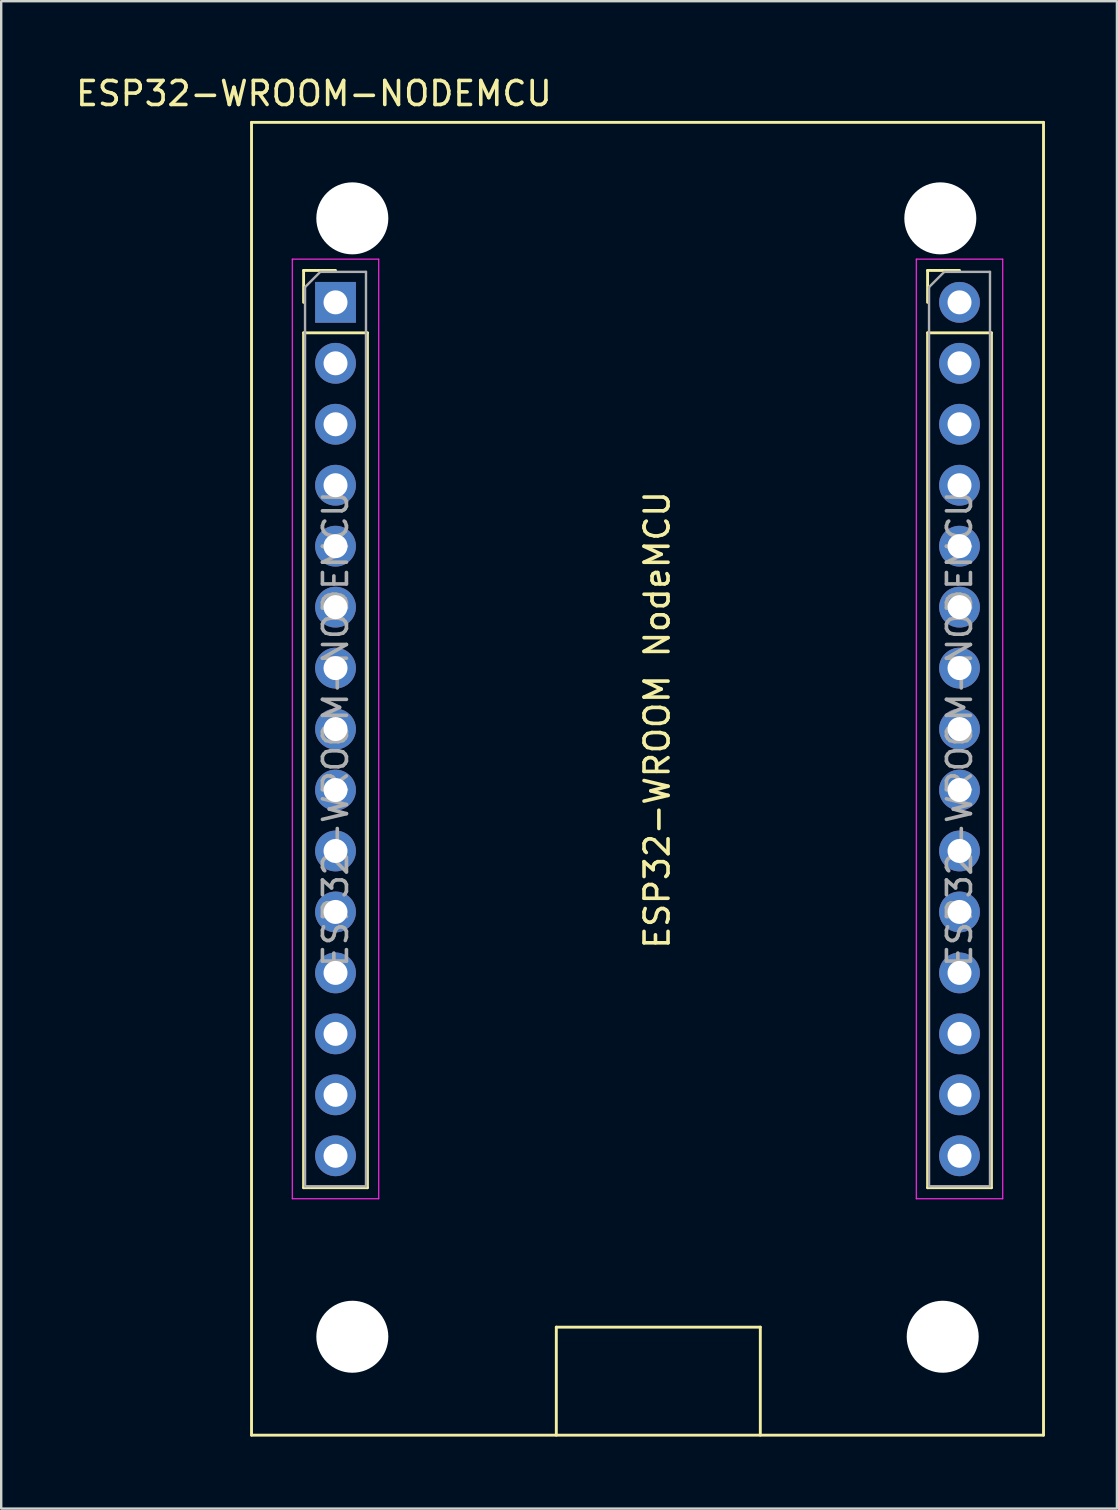
<source format=kicad_pcb>
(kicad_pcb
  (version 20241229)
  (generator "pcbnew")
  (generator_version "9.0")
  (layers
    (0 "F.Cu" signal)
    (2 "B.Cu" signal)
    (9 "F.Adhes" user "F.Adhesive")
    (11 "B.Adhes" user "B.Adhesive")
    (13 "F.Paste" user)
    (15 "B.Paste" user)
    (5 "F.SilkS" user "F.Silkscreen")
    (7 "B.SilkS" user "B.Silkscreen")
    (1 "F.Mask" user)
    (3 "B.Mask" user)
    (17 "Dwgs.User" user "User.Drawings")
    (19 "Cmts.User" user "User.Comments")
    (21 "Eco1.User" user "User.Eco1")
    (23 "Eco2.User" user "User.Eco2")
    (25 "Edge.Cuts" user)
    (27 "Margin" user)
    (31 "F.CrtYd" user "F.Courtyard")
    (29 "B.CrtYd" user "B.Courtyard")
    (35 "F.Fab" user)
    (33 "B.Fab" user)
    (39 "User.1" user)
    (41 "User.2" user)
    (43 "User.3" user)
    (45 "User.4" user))
  (footprint "ESP32-WROOM-NODEMCU"
    (layer "F.Cu")
    (at 10.93 9.548)
    (property "Reference" "ESP32-WROOM-NODEMCU" (at -0.9 -8.7 0) (layer "F.SilkS") (effects (font (size 1 1) (thickness 0.15))))
    (attr through_hole)
    (fp_line (start -3.5 -7.5) (end -3.5 47.2) (stroke (width 0.12) (type solid)) (layer "F.SilkS"))
    (fp_line (start -3.5 -7.5) (end 29.5 -7.5) (stroke (width 0.12) (type solid)) (layer "F.SilkS"))
    (fp_line (start -1.33 -1.33) (end 0 -1.33) (stroke (width 0.12) (type solid)) (layer "F.SilkS"))
    (fp_line (start -1.33 0) (end -1.33 -1.33) (stroke (width 0.12) (type solid)) (layer "F.SilkS"))
    (fp_line (start -1.33 1.27) (end -1.33 36.89) (stroke (width 0.12) (type solid)) (layer "F.SilkS"))
    (fp_line (start -1.33 1.27) (end 1.33 1.27) (stroke (width 0.12) (type solid)) (layer "F.SilkS"))
    (fp_line (start -1.33 36.89) (end 1.33 36.89) (stroke (width 0.12) (type solid)) (layer "F.SilkS"))
    (fp_line (start 1.33 1.27) (end 1.33 36.89) (stroke (width 0.12) (type solid)) (layer "F.SilkS"))
    (fp_line (start 9.2 42.7) (end 17.7 42.7) (stroke (width 0.12) (type solid)) (layer "F.SilkS"))
    (fp_line (start 9.2 47.2) (end 9.2 42.7) (stroke (width 0.12) (type solid)) (layer "F.SilkS"))
    (fp_line (start 17.7 42.7) (end 17.7 47.2) (stroke (width 0.12) (type solid)) (layer "F.SilkS"))
    (fp_line (start 24.67 -1.33) (end 26 -1.33) (stroke (width 0.12) (type solid)) (layer "F.SilkS"))
    (fp_line (start 24.67 0) (end 24.67 -1.33) (stroke (width 0.12) (type solid)) (layer "F.SilkS"))
    (fp_line (start 24.67 1.27) (end 24.67 36.89) (stroke (width 0.12) (type solid)) (layer "F.SilkS"))
    (fp_line (start 24.67 1.27) (end 27.33 1.27) (stroke (width 0.12) (type solid)) (layer "F.SilkS"))
    (fp_line (start 24.67 36.89) (end 27.33 36.89) (stroke (width 0.12) (type solid)) (layer "F.SilkS"))
    (fp_line (start 27.33 1.27) (end 27.33 36.89) (stroke (width 0.12) (type solid)) (layer "F.SilkS"))
    (fp_line (start 29.5 -7.5) (end 29.5 47.2) (stroke (width 0.12) (type solid)) (layer "F.SilkS"))
    (fp_line (start 29.5 47.2) (end -3.5 47.2) (stroke (width 0.12) (type solid)) (layer "F.SilkS"))
    (fp_line (start -1.8 -1.8) (end -1.8 37.35) (stroke (width 0.05) (type solid)) (layer "F.CrtYd"))
    (fp_line (start -1.8 37.35) (end 1.8 37.35) (stroke (width 0.05) (type solid)) (layer "F.CrtYd"))
    (fp_line (start 1.8 -1.8) (end -1.8 -1.8) (stroke (width 0.05) (type solid)) (layer "F.CrtYd"))
    (fp_line (start 1.8 37.35) (end 1.8 -1.8) (stroke (width 0.05) (type solid)) (layer "F.CrtYd"))
    (fp_line (start 24.2 -1.8) (end 24.2 37.35) (stroke (width 0.05) (type solid)) (layer "F.CrtYd"))
    (fp_line (start 24.2 37.35) (end 27.8 37.35) (stroke (width 0.05) (type solid)) (layer "F.CrtYd"))
    (fp_line (start 27.8 -1.8) (end 24.2 -1.8) (stroke (width 0.05) (type solid)) (layer "F.CrtYd"))
    (fp_line (start 27.8 37.35) (end 27.8 -1.8) (stroke (width 0.05) (type solid)) (layer "F.CrtYd"))
    (fp_line (start -1.27 -0.635) (end -0.635 -1.27) (stroke (width 0.1) (type solid)) (layer "F.Fab"))
    (fp_line (start -1.27 36.83) (end -1.27 -0.635) (stroke (width 0.1) (type solid)) (layer "F.Fab"))
    (fp_line (start -0.635 -1.27) (end 1.27 -1.27) (stroke (width 0.1) (type solid)) (layer "F.Fab"))
    (fp_line (start 1.27 -1.27) (end 1.27 36.83) (stroke (width 0.1) (type solid)) (layer "F.Fab"))
    (fp_line (start 1.27 36.83) (end -1.27 36.83) (stroke (width 0.1) (type solid)) (layer "F.Fab"))
    (fp_line (start 24.73 -0.635) (end 25.365 -1.27) (stroke (width 0.1) (type solid)) (layer "F.Fab"))
    (fp_line (start 24.73 36.83) (end 24.73 -0.635) (stroke (width 0.1) (type solid)) (layer "F.Fab"))
    (fp_line (start 25.365 -1.27) (end 27.27 -1.27) (stroke (width 0.1) (type solid)) (layer "F.Fab"))
    (fp_line (start 27.27 -1.27) (end 27.27 36.83) (stroke (width 0.1) (type solid)) (layer "F.Fab"))
    (fp_line (start 27.27 36.83) (end 24.73 36.83) (stroke (width 0.1) (type solid)) (layer "F.Fab"))
    (fp_text user "ESP32-WROOM NodeMCU" (at 13.4 17.4 90) (layer "F.SilkS") (effects (font (size 1 1) (thickness 0.15))))
    (fp_text user "${REFERENCE}" (at 26 17.78 90) (layer "F.Fab") (effects (font (size 1 1) (thickness 0.15))))
    (fp_text user "${REFERENCE}" (at 0 17.78 90) (layer "F.Fab") (effects (font (size 1 1) (thickness 0.15))))
    (pad "" np_thru_hole circle (at 0.7 -3.5) (size 3 3) (drill 3) (layers "*.Cu" "*.Mask"))
    (pad "" np_thru_hole circle (at 0.7 43.1) (size 3 3) (drill 3) (layers "*.Cu" "*.Mask"))
    (pad "" np_thru_hole circle (at 25.2 -3.5) (size 3 3) (drill 3) (layers "*.Cu" "*.Mask"))
    (pad "" np_thru_hole circle (at 25.3 43.1) (size 3 3) (drill 3) (layers "*.Cu" "*.Mask"))
    (pad "1" thru_hole rect (at 0 0) (size 1.7 1.7) (drill 1) (layers "*.Cu" "*.Mask"))
    (pad "2" thru_hole oval (at 0 2.54) (size 1.7 1.7) (drill 1) (layers "*.Cu" "*.Mask"))
    (pad "3" thru_hole oval (at 0 5.08) (size 1.7 1.7) (drill 1) (layers "*.Cu" "*.Mask"))
    (pad "4" thru_hole oval (at 0 7.62) (size 1.7 1.7) (drill 1) (layers "*.Cu" "*.Mask"))
    (pad "5" thru_hole oval (at 0 10.16) (size 1.7 1.7) (drill 1) (layers "*.Cu" "*.Mask"))
    (pad "6" thru_hole oval (at 0 12.7) (size 1.7 1.7) (drill 1) (layers "*.Cu" "*.Mask"))
    (pad "7" thru_hole oval (at 0 15.24) (size 1.7 1.7) (drill 1) (layers "*.Cu" "*.Mask"))
    (pad "8" thru_hole oval (at 0 17.78) (size 1.7 1.7) (drill 1) (layers "*.Cu" "*.Mask"))
    (pad "9" thru_hole oval (at 0 20.32) (size 1.7 1.7) (drill 1) (layers "*.Cu" "*.Mask"))
    (pad "10" thru_hole oval (at 0 22.86) (size 1.7 1.7) (drill 1) (layers "*.Cu" "*.Mask"))
    (pad "11" thru_hole oval (at 0 25.4) (size 1.7 1.7) (drill 1) (layers "*.Cu" "*.Mask"))
    (pad "12" thru_hole oval (at 0 27.94) (size 1.7 1.7) (drill 1) (layers "*.Cu" "*.Mask"))
    (pad "13" thru_hole oval (at 0 30.48) (size 1.7 1.7) (drill 1) (layers "*.Cu" "*.Mask"))
    (pad "14" thru_hole oval (at 0 33.02) (size 1.7 1.7) (drill 1) (layers "*.Cu" "*.Mask"))
    (pad "15" thru_hole oval (at 0 35.56) (size 1.7 1.7) (drill 1) (layers "*.Cu" "*.Mask"))
    (pad "16" thru_hole oval (at 26 35.56) (size 1.7 1.7) (drill 1) (layers "*.Cu" "*.Mask"))
    (pad "17" thru_hole oval (at 26 33.02) (size 1.7 1.7) (drill 1) (layers "*.Cu" "*.Mask"))
    (pad "18" thru_hole oval (at 26 30.48) (size 1.7 1.7) (drill 1) (layers "*.Cu" "*.Mask"))
    (pad "19" thru_hole oval (at 26 27.94) (size 1.7 1.7) (drill 1) (layers "*.Cu" "*.Mask"))
    (pad "20" thru_hole oval (at 26 25.4) (size 1.7 1.7) (drill 1) (layers "*.Cu" "*.Mask"))
    (pad "21" thru_hole oval (at 26 22.86) (size 1.7 1.7) (drill 1) (layers "*.Cu" "*.Mask"))
    (pad "22" thru_hole oval (at 26 20.32) (size 1.7 1.7) (drill 1) (layers "*.Cu" "*.Mask"))
    (pad "23" thru_hole oval (at 26 17.78) (size 1.7 1.7) (drill 1) (layers "*.Cu" "*.Mask"))
    (pad "24" thru_hole oval (at 26 15.24) (size 1.7 1.7) (drill 1) (layers "*.Cu" "*.Mask"))
    (pad "25" thru_hole oval (at 26 12.7) (size 1.7 1.7) (drill 1) (layers "*.Cu" "*.Mask"))
    (pad "26" thru_hole oval (at 26 10.16) (size 1.7 1.7) (drill 1) (layers "*.Cu" "*.Mask"))
    (pad "27" thru_hole oval (at 26 7.62) (size 1.7 1.7) (drill 1) (layers "*.Cu" "*.Mask"))
    (pad "28" thru_hole oval (at 26 5.08) (size 1.7 1.7) (drill 1) (layers "*.Cu" "*.Mask"))
    (pad "29" thru_hole oval (at 26 2.54) (size 1.7 1.7) (drill 1) (layers "*.Cu" "*.Mask"))
    (pad "30" thru_hole circle (at 26 0) (size 1.7 1.7) (drill 1) (layers "*.Cu" "*.Mask")))
  (gr_rect
    (start -3 -3)
    (end 43.49 59.808)
    (stroke (width 0.1) (type default))
    (fill no)
    (layer "Edge.Cuts")))
</source>
